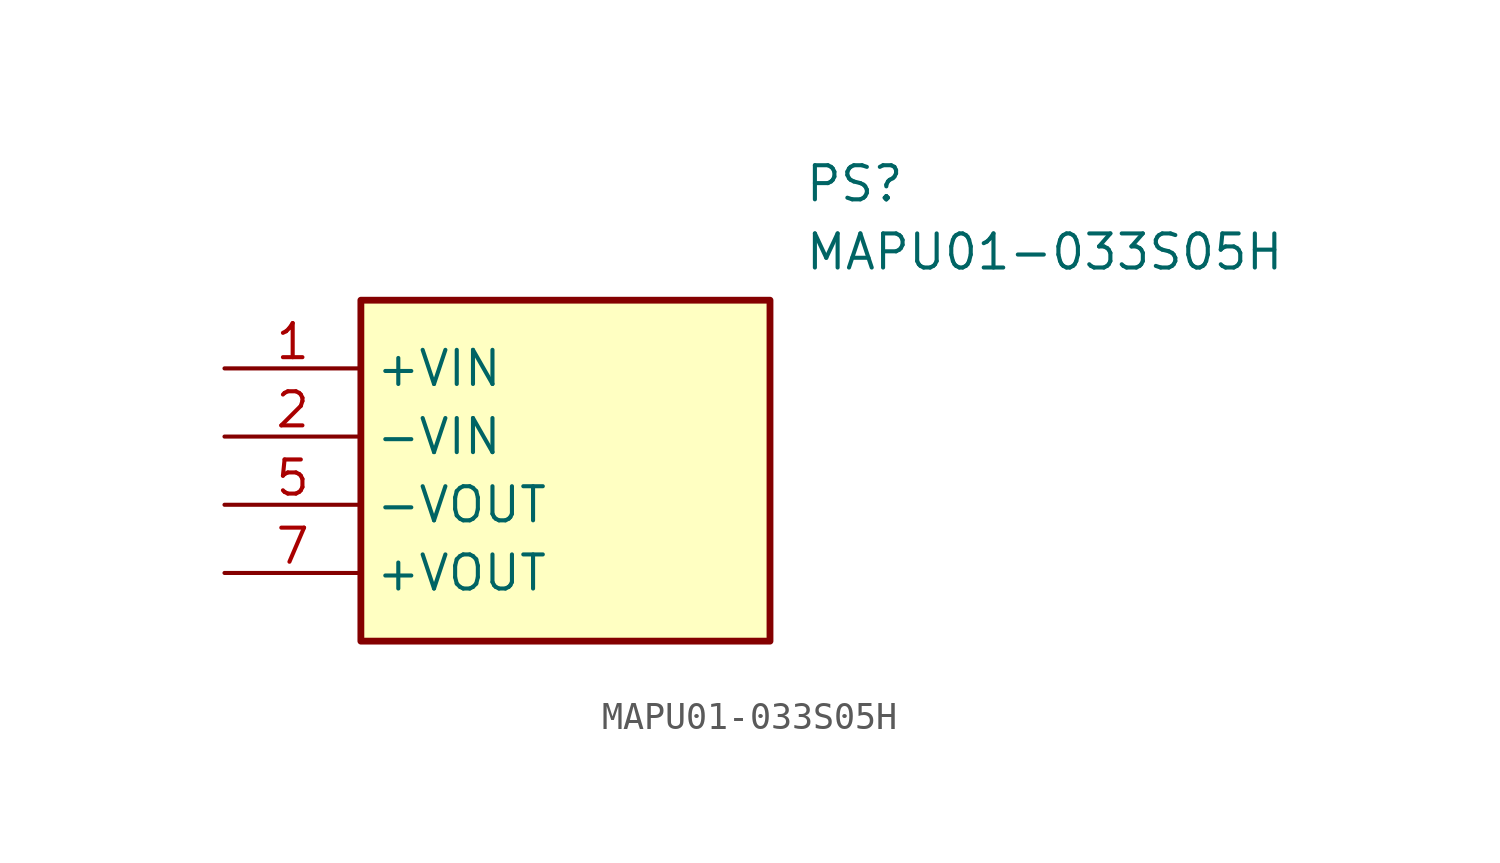
<source format=kicad_sym>
(kicad_symbol_lib
  (version 20211014)
  (generator SamacSys_ECAD_Model)
  (symbol "MAPU01-033S05H"
    (property "Reference" "PS"
      (at 21.59 7.62 0)
      (effects (font (size 1.27 1.27)) (justify left top)))
    (property "Value" "MAPU01-033S05H"
      (at 21.59 5.08 0)
      (effects (font (size 1.27 1.27)) (justify left top)))
    (rectangle
      (start 5.08 2.54)
      (end 20.32 -10.16)
      (stroke (width 0.254) (type default))
      (fill (type background)))
    (pin passive line
      (at 0 0 0)
      (length 5.08)
      (name "+VIN" (effects (font (size 1.27 1.27))))
      (number "1" (effects (font (size 1.27 1.27)))))
    (pin passive line
      (at 0 -2.54 0)
      (length 5.08)
      (name "-VIN" (effects (font (size 1.27 1.27))))
      (number "2" (effects (font (size 1.27 1.27)))))
    (pin passive line
      (at 0 -5.08 0)
      (length 5.08)
      (name "-VOUT" (effects (font (size 1.27 1.27))))
      (number "5" (effects (font (size 1.27 1.27)))))
    (pin passive line
      (at 0 -7.62 0)
      (length 5.08)
      (name "+VOUT" (effects (font (size 1.27 1.27))))
      (number "7" (effects (font (size 1.27 1.27)))))))
</source>
